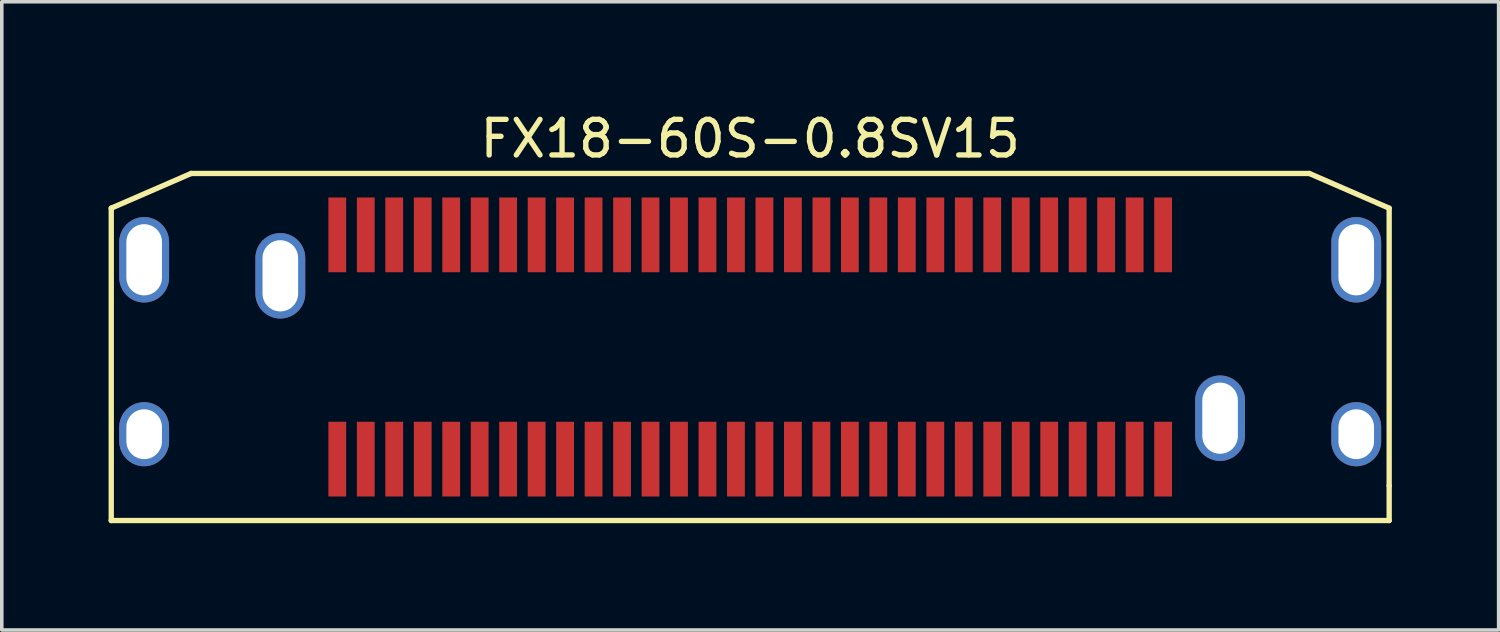
<source format=kicad_pcb>
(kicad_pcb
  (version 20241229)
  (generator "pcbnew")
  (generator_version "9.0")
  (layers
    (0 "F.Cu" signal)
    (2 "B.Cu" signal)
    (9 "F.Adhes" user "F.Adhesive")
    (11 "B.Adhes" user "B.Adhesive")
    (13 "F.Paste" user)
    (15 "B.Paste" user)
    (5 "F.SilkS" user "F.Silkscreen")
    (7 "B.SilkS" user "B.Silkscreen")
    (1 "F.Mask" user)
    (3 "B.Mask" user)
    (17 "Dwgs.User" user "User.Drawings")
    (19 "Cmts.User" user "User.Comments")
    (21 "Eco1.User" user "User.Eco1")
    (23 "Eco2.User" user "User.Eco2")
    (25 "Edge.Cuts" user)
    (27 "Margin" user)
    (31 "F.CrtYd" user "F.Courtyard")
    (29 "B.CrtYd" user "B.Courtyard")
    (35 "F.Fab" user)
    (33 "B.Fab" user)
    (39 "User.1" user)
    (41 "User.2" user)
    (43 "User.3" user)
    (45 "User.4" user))
  (footprint "FX18-60S-0.8SV15"
    (layer "F.Cu")
    (at 18.025 6.698)
    (property "Reference" "FX18-60S-0.8SV15" (at 0 -5.85 0) (layer "F.SilkS") (effects (font (size 1 1) (thickness 0.15))))
    (attr through_hole)
    (fp_line (start -17.95 -3.9) (end -17.95 4.875) (stroke (width 0.15) (type solid)) (layer "F.SilkS"))
    (fp_line (start -17.95 4.875) (end 17.95 4.875) (stroke (width 0.15) (type solid)) (layer "F.SilkS"))
    (fp_line (start -15.706 -4.875) (end -17.95 -3.9) (stroke (width 0.15) (type solid)) (layer "F.SilkS"))
    (fp_line (start 15.706 -4.875) (end -15.706 -4.875) (stroke (width 0.15) (type solid)) (layer "F.SilkS"))
    (fp_line (start 17.95 -3.9) (end 15.706 -4.875) (stroke (width 0.15) (type solid)) (layer "F.SilkS"))
    (fp_line (start 17.95 3.9) (end 17.95 -3.9) (stroke (width 0.15) (type solid)) (layer "F.SilkS"))
    (fp_line (start 17.95 4.875) (end 17.95 3.9) (stroke (width 0.15) (type solid)) (layer "F.SilkS"))
    (pad "1" smd rect (at 11.6 3.15) (size 0.5 2.1) (layers "F.Cu" "F.Mask" "F.Paste"))
    (pad "2" smd rect (at 10.8 3.15) (size 0.5 2.1) (layers "F.Cu" "F.Mask" "F.Paste"))
    (pad "3" smd rect (at 10 3.15) (size 0.5 2.1) (layers "F.Cu" "F.Mask" "F.Paste"))
    (pad "4" smd rect (at 9.2 3.15) (size 0.5 2.1) (layers "F.Cu" "F.Mask" "F.Paste"))
    (pad "5" smd rect (at 8.4 3.15) (size 0.5 2.1) (layers "F.Cu" "F.Mask" "F.Paste"))
    (pad "6" smd rect (at 7.6 3.15) (size 0.5 2.1) (layers "F.Cu" "F.Mask" "F.Paste"))
    (pad "7" smd rect (at 6.8 3.15) (size 0.5 2.1) (layers "F.Cu" "F.Mask" "F.Paste"))
    (pad "8" smd rect (at 6 3.15) (size 0.5 2.1) (layers "F.Cu" "F.Mask" "F.Paste"))
    (pad "9" smd rect (at 5.2 3.15) (size 0.5 2.1) (layers "F.Cu" "F.Mask" "F.Paste"))
    (pad "10" smd rect (at 4.4 3.15) (size 0.5 2.1) (layers "F.Cu" "F.Mask" "F.Paste"))
    (pad "11" smd rect (at 3.6 3.15) (size 0.5 2.1) (layers "F.Cu" "F.Mask" "F.Paste"))
    (pad "12" smd rect (at 2.8 3.15) (size 0.5 2.1) (layers "F.Cu" "F.Mask" "F.Paste"))
    (pad "13" smd rect (at 2 3.15) (size 0.5 2.1) (layers "F.Cu" "F.Mask" "F.Paste"))
    (pad "14" smd rect (at 1.2 3.15) (size 0.5 2.1) (layers "F.Cu" "F.Mask" "F.Paste"))
    (pad "15" smd rect (at 0.4 3.15) (size 0.5 2.1) (layers "F.Cu" "F.Mask" "F.Paste"))
    (pad "16" smd rect (at -0.4 3.15) (size 0.5 2.1) (layers "F.Cu" "F.Mask" "F.Paste"))
    (pad "17" smd rect (at -1.2 3.15) (size 0.5 2.1) (layers "F.Cu" "F.Mask" "F.Paste"))
    (pad "18" smd rect (at -2 3.15) (size 0.5 2.1) (layers "F.Cu" "F.Mask" "F.Paste"))
    (pad "19" smd rect (at -2.8 3.15) (size 0.5 2.1) (layers "F.Cu" "F.Mask" "F.Paste"))
    (pad "20" smd rect (at -3.6 3.15) (size 0.5 2.1) (layers "F.Cu" "F.Mask" "F.Paste"))
    (pad "21" smd rect (at -4.4 3.15) (size 0.5 2.1) (layers "F.Cu" "F.Mask" "F.Paste"))
    (pad "22" smd rect (at -5.2 3.15) (size 0.5 2.1) (layers "F.Cu" "F.Mask" "F.Paste"))
    (pad "23" smd rect (at -6 3.15) (size 0.5 2.1) (layers "F.Cu" "F.Mask" "F.Paste"))
    (pad "24" smd rect (at -6.8 3.15) (size 0.5 2.1) (layers "F.Cu" "F.Mask" "F.Paste"))
    (pad "25" smd rect (at -7.6 3.15) (size 0.5 2.1) (layers "F.Cu" "F.Mask" "F.Paste"))
    (pad "26" smd rect (at -8.4 3.15) (size 0.5 2.1) (layers "F.Cu" "F.Mask" "F.Paste"))
    (pad "27" smd rect (at -9.2 3.15) (size 0.5 2.1) (layers "F.Cu" "F.Mask" "F.Paste"))
    (pad "28" smd rect (at -10 3.15) (size 0.5 2.1) (layers "F.Cu" "F.Mask" "F.Paste"))
    (pad "29" smd rect (at -10.8 3.15) (size 0.5 2.1) (layers "F.Cu" "F.Mask" "F.Paste"))
    (pad "30" smd rect (at -11.6 3.15) (size 0.5 2.1) (layers "F.Cu" "F.Mask" "F.Paste"))
    (pad "31" smd rect (at 11.6 -3.15) (size 0.5 2.1) (layers "F.Cu" "F.Mask" "F.Paste"))
    (pad "32" smd rect (at 10.8 -3.15) (size 0.5 2.1) (layers "F.Cu" "F.Mask" "F.Paste"))
    (pad "33" smd rect (at 10 -3.15) (size 0.5 2.1) (layers "F.Cu" "F.Mask" "F.Paste"))
    (pad "34" smd rect (at 9.2 -3.15) (size 0.5 2.1) (layers "F.Cu" "F.Mask" "F.Paste"))
    (pad "35" smd rect (at 8.4 -3.15) (size 0.5 2.1) (layers "F.Cu" "F.Mask" "F.Paste"))
    (pad "36" smd rect (at 7.6 -3.15) (size 0.5 2.1) (layers "F.Cu" "F.Mask" "F.Paste"))
    (pad "37" smd rect (at 6.8 -3.15) (size 0.5 2.1) (layers "F.Cu" "F.Mask" "F.Paste"))
    (pad "38" smd rect (at 6 -3.15) (size 0.5 2.1) (layers "F.Cu" "F.Mask" "F.Paste"))
    (pad "39" smd rect (at 5.2 -3.15) (size 0.5 2.1) (layers "F.Cu" "F.Mask" "F.Paste"))
    (pad "40" smd rect (at 4.4 -3.15) (size 0.5 2.1) (layers "F.Cu" "F.Mask" "F.Paste"))
    (pad "41" smd rect (at 3.6 -3.15) (size 0.5 2.1) (layers "F.Cu" "F.Mask" "F.Paste"))
    (pad "42" smd rect (at 2.8 -3.15) (size 0.5 2.1) (layers "F.Cu" "F.Mask" "F.Paste"))
    (pad "43" smd rect (at 2 -3.15) (size 0.5 2.1) (layers "F.Cu" "F.Mask" "F.Paste"))
    (pad "44" smd rect (at 1.2 -3.15) (size 0.5 2.1) (layers "F.Cu" "F.Mask" "F.Paste"))
    (pad "45" smd rect (at 0.4 -3.15) (size 0.5 2.1) (layers "F.Cu" "F.Mask" "F.Paste"))
    (pad "46" smd rect (at -0.4 -3.15) (size 0.5 2.1) (layers "F.Cu" "F.Mask" "F.Paste"))
    (pad "47" smd rect (at -1.2 -3.15) (size 0.5 2.1) (layers "F.Cu" "F.Mask" "F.Paste"))
    (pad "48" smd rect (at -2 -3.15) (size 0.5 2.1) (layers "F.Cu" "F.Mask" "F.Paste"))
    (pad "49" smd rect (at -2.8 -3.15) (size 0.5 2.1) (layers "F.Cu" "F.Mask" "F.Paste"))
    (pad "50" smd rect (at -3.6 -3.15) (size 0.5 2.1) (layers "F.Cu" "F.Mask" "F.Paste"))
    (pad "51" smd rect (at -4.4 -3.15) (size 0.5 2.1) (layers "F.Cu" "F.Mask" "F.Paste"))
    (pad "52" smd rect (at -5.2 -3.15) (size 0.5 2.1) (layers "F.Cu" "F.Mask" "F.Paste"))
    (pad "53" smd rect (at -6 -3.15) (size 0.5 2.1) (layers "F.Cu" "F.Mask" "F.Paste"))
    (pad "54" smd rect (at -6.8 -3.15) (size 0.5 2.1) (layers "F.Cu" "F.Mask" "F.Paste"))
    (pad "55" smd rect (at -7.6 -3.15) (size 0.5 2.1) (layers "F.Cu" "F.Mask" "F.Paste"))
    (pad "56" smd rect (at -8.4 -3.15) (size 0.5 2.1) (layers "F.Cu" "F.Mask" "F.Paste"))
    (pad "57" smd rect (at -9.2 -3.15) (size 0.5 2.1) (layers "F.Cu" "F.Mask" "F.Paste"))
    (pad "58" smd rect (at -10 -3.15) (size 0.5 2.1) (layers "F.Cu" "F.Mask" "F.Paste"))
    (pad "59" smd rect (at -10.8 -3.15) (size 0.5 2.1) (layers "F.Cu" "F.Mask" "F.Paste"))
    (pad "60" smd rect (at -11.6 -3.15) (size 0.5 2.1) (layers "F.Cu" "F.Mask" "F.Paste"))
    (pad "A1" thru_hole oval (at 17.025 2.45) (size 1.4 1.8) (drill oval 1 1.4) (layers "*.Cu" "*.Mask"))
    (pad "A2" thru_hole oval (at 17.025 -2.45) (size 1.4 2.4) (drill oval 1 2) (layers "*.Cu" "*.Mask"))
    (pad "A3" thru_hole oval (at -17.025 -2.45) (size 1.4 2.4) (drill oval 1 2) (layers "*.Cu" "*.Mask"))
    (pad "A4" thru_hole oval (at -17.025 2.45) (size 1.4 1.8) (drill oval 1 1.4) (layers "*.Cu" "*.Mask"))
    (pad "B1" thru_hole oval (at 13.2 2) (size 1.4 2.4) (drill oval 1 2) (layers "*.Cu" "*.Mask"))
    (pad "B2" thru_hole oval (at -13.2 -2) (size 1.4 2.4) (drill oval 1 2) (layers "*.Cu" "*.Mask")))
  (gr_rect
    (start -3 -3)
    (end 39.05 14.648)
    (stroke (width 0.1) (type default))
    (fill no)
    (layer "Edge.Cuts")))
</source>
